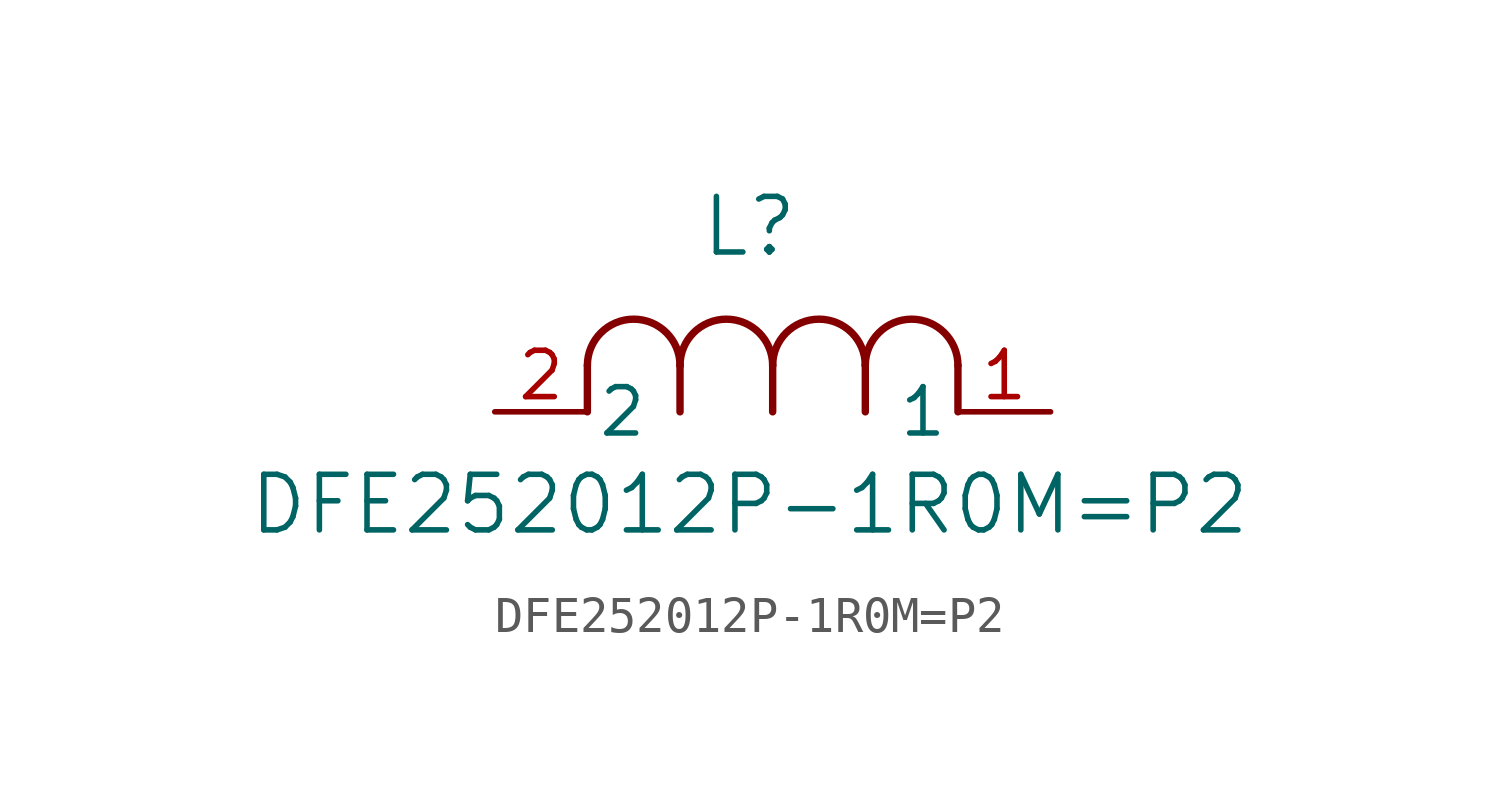
<source format=kicad_sym>
(kicad_symbol_lib
  (version 20211014)
  (generator kicad_symbol_editor)
  (symbol "DFE252012P-1R0M=P2"
    (pin_names
      (offset 0.254))
    (property "Reference" "L"
      (at 6.985 5.08 0)
      (effects (font (size 1.524 1.524))))
    (property "Value" "DFE252012P-1R0M=P2"
      (at 6.985 -2.54 0)
      (effects (font (size 1.524 1.524))))
    (symbol "DFE252012P-1R0M=P2_0_1"
      (arc (start 7.62 1.27) (mid 6.35 2.54) (end 5.08 1.27) (stroke (width 0.2032) (type default) (color 0 0 0 0)) (fill (type none)))
      (polyline (pts (xy 5.08 0) (xy 5.08 1.27)) (stroke (width 0.203) (type default) (color 0 0 0 0)) (fill (type none)))
      (polyline (pts (xy 7.62 0) (xy 7.62 1.27)) (stroke (width 0.203) (type default) (color 0 0 0 0)) (fill (type none)))
      (polyline (pts (xy 12.7 0) (xy 12.7 1.27)) (stroke (width 0.203) (type default) (color 0 0 0 0)) (fill (type none)))
      (arc (start 5.08 1.27) (mid 3.81 2.54) (end 2.54 1.27) (stroke (width 0.2032) (type default) (color 0 0 0 0)) (fill (type none)))
      (arc (start 10.16 1.27) (mid 8.89 2.54) (end 7.62 1.27) (stroke (width 0.2032) (type default) (color 0 0 0 0)) (fill (type none)))
      (arc (start 12.7 1.27) (mid 11.43 2.54) (end 10.16 1.27) (stroke (width 0.2032) (type default) (color 0 0 0 0)) (fill (type none)))
      (polyline (pts (xy 2.54 0) (xy 2.54 1.27)) (stroke (width 0.203) (type default) (color 0 0 0 0)) (fill (type none)))
      (polyline (pts (xy 10.16 0) (xy 10.16 1.27)) (stroke (width 0.203) (type default) (color 0 0 0 0)) (fill (type none)))
      (pin unspecified line (at 15.24 0 180) (length 2.54) (name "1" (effects (font (size 1.27 1.27)))) (number "1" (effects (font (size 1.27 1.27)))))
      (pin unspecified line (at 0 0 0) (length 2.54) (name "2" (effects (font (size 1.27 1.27)))) (number "2" (effects (font (size 1.27 1.27))))))))
</source>
